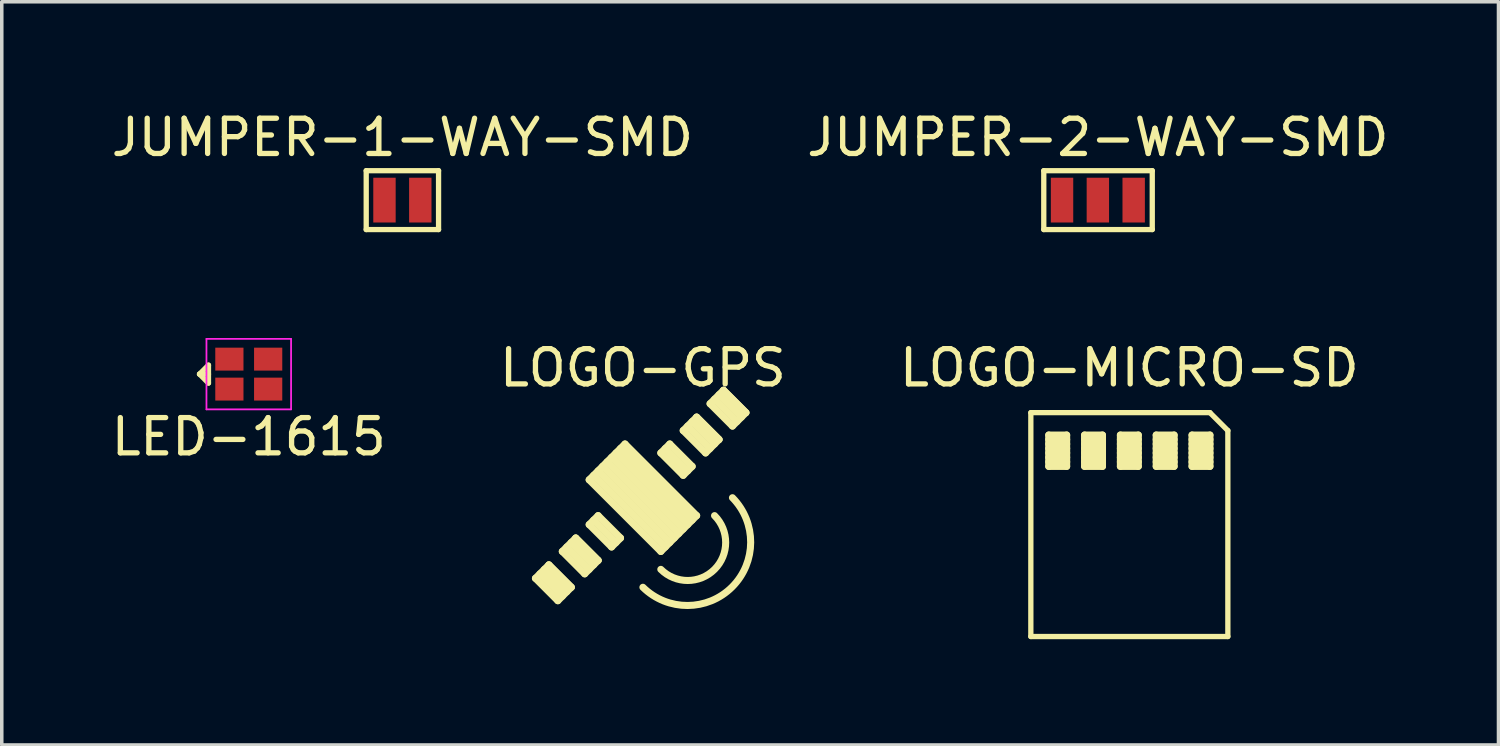
<source format=kicad_pcb>
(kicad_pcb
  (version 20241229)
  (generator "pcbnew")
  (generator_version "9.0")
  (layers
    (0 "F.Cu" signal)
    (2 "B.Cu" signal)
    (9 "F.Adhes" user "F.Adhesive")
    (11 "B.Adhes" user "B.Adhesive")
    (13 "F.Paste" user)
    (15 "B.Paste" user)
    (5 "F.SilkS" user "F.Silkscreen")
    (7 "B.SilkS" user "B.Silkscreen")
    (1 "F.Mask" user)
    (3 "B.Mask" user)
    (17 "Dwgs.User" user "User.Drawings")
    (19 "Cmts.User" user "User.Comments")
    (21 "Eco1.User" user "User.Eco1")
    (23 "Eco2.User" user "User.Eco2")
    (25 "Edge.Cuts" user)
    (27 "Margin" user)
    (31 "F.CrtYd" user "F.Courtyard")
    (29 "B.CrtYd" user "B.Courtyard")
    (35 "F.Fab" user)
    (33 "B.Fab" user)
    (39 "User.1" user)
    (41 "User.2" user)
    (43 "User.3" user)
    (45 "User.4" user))
  (footprint "LOGO-GPS"
    (layer "F.Cu")
    (at 15.185 11.829)
    (property "Reference" "LOGO-GPS" (at 0 -4.445 0) (layer "F.SilkS") (effects (font (size 1 1) (thickness 0.15))))
    (attr through_hole)
    (fp_line (start -2.921 1.397) (end -2.286 2.032) (stroke (width 0.2) (type solid)) (layer "F.SilkS"))
    (fp_line (start -2.794 1.27) (end -2.159 1.905) (stroke (width 0.2) (type solid)) (layer "F.SilkS"))
    (fp_line (start -2.667 1.143) (end -3.048 1.524) (stroke (width 0.2) (type solid)) (layer "F.SilkS"))
    (fp_line (start -2.667 1.143) (end -2.032 1.778) (stroke (width 0.2) (type solid)) (layer "F.SilkS"))
    (fp_line (start -2.413 2.159) (end -3.048 1.524) (stroke (width 0.2) (type solid)) (layer "F.SilkS"))
    (fp_line (start -2.413 2.159) (end -2.032 1.778) (stroke (width 0.2) (type solid)) (layer "F.SilkS"))
    (fp_line (start -2.159 0.635) (end -1.524 1.27) (stroke (width 0.2) (type solid)) (layer "F.SilkS"))
    (fp_line (start -2.032 0.508) (end -1.397 1.143) (stroke (width 0.2) (type solid)) (layer "F.SilkS"))
    (fp_line (start -2.032 1.778) (end -2.667 1.143) (stroke (width 0.2) (type solid)) (layer "F.SilkS"))
    (fp_line (start -1.905 0.381) (end -2.286 0.762) (stroke (width 0.2) (type solid)) (layer "F.SilkS"))
    (fp_line (start -1.905 0.381) (end -1.27 1.016) (stroke (width 0.2) (type solid)) (layer "F.SilkS"))
    (fp_line (start -1.651 1.397) (end -2.286 0.762) (stroke (width 0.2) (type solid)) (layer "F.SilkS"))
    (fp_line (start -1.651 1.397) (end -1.27 1.016) (stroke (width 0.2) (type solid)) (layer "F.SilkS"))
    (fp_line (start -1.524 -1.27) (end 0.508 0.762) (stroke (width 0.2) (type solid)) (layer "F.SilkS"))
    (fp_line (start -1.524 0) (end -1.27 -0.254) (stroke (width 0.2) (type solid)) (layer "F.SilkS"))
    (fp_line (start -1.524 0) (end -0.889 0.635) (stroke (width 0.2) (type solid)) (layer "F.SilkS"))
    (fp_line (start -1.397 -1.397) (end 0.635 0.635) (stroke (width 0.2) (type solid)) (layer "F.SilkS"))
    (fp_line (start -1.397 -0.127) (end -0.762 0.508) (stroke (width 0.2) (type solid)) (layer "F.SilkS"))
    (fp_line (start -1.27 -0.254) (end -0.635 0.381) (stroke (width 0.2) (type solid)) (layer "F.SilkS"))
    (fp_line (start -1.27 1.016) (end -1.905 0.381) (stroke (width 0.2) (type solid)) (layer "F.SilkS"))
    (fp_line (start -1.143 -1.651) (end 0.889 0.381) (stroke (width 0.2) (type solid)) (layer "F.SilkS"))
    (fp_line (start -1.016 -1.778) (end 1.016 0.254) (stroke (width 0.2) (type solid)) (layer "F.SilkS"))
    (fp_line (start -0.889 -1.905) (end 1.143 0.127) (stroke (width 0.2) (type solid)) (layer "F.SilkS"))
    (fp_line (start -0.889 0.635) (end -0.635 0.381) (stroke (width 0.2) (type solid)) (layer "F.SilkS"))
    (fp_line (start -0.762 -2.032) (end 1.27 0) (stroke (width 0.2) (type solid)) (layer "F.SilkS"))
    (fp_line (start -0.635 -2.159) (end 1.397 -0.127) (stroke (width 0.2) (type solid)) (layer "F.SilkS"))
    (fp_line (start -0.508 -2.286) (end -1.524 -1.27) (stroke (width 0.2) (type solid)) (layer "F.SilkS"))
    (fp_line (start 0.508 -2.032) (end 1.143 -1.397) (stroke (width 0.2) (type solid)) (layer "F.SilkS"))
    (fp_line (start 0.508 0.762) (end 1.524 -0.254) (stroke (width 0.2) (type solid)) (layer "F.SilkS"))
    (fp_line (start 0.635 -2.159) (end 1.27 -1.524) (stroke (width 0.2) (type solid)) (layer "F.SilkS"))
    (fp_line (start 0.762 -2.286) (end 0.508 -2.032) (stroke (width 0.2) (type solid)) (layer "F.SilkS"))
    (fp_line (start 0.762 0.508) (end -1.27 -1.524) (stroke (width 0.2) (type solid)) (layer "F.SilkS"))
    (fp_line (start 1.143 -1.397) (end 1.397 -1.651) (stroke (width 0.2) (type solid)) (layer "F.SilkS"))
    (fp_line (start 1.27 -2.794) (end 1.905 -2.159) (stroke (width 0.2) (type solid)) (layer "F.SilkS"))
    (fp_line (start 1.397 -2.921) (end 2.032 -2.286) (stroke (width 0.2) (type solid)) (layer "F.SilkS"))
    (fp_line (start 1.397 -1.651) (end 0.762 -2.286) (stroke (width 0.2) (type solid)) (layer "F.SilkS"))
    (fp_line (start 1.524 -3.048) (end 1.143 -2.667) (stroke (width 0.2) (type solid)) (layer "F.SilkS"))
    (fp_line (start 1.524 -3.048) (end 2.159 -2.413) (stroke (width 0.2) (type solid)) (layer "F.SilkS"))
    (fp_line (start 1.524 -0.254) (end -0.508 -2.286) (stroke (width 0.2) (type solid)) (layer "F.SilkS"))
    (fp_line (start 1.778 -2.032) (end 1.143 -2.667) (stroke (width 0.2) (type solid)) (layer "F.SilkS"))
    (fp_line (start 1.778 -2.032) (end 2.159 -2.413) (stroke (width 0.2) (type solid)) (layer "F.SilkS"))
    (fp_line (start 2.032 -3.556) (end 2.667 -2.921) (stroke (width 0.2) (type solid)) (layer "F.SilkS"))
    (fp_line (start 2.159 -3.683) (end 2.794 -3.048) (stroke (width 0.2) (type solid)) (layer "F.SilkS"))
    (fp_line (start 2.159 -2.413) (end 1.524 -3.048) (stroke (width 0.2) (type solid)) (layer "F.SilkS"))
    (fp_line (start 2.286 -3.81) (end 1.905 -3.429) (stroke (width 0.2) (type solid)) (layer "F.SilkS"))
    (fp_line (start 2.286 -3.81) (end 2.921 -3.175) (stroke (width 0.2) (type solid)) (layer "F.SilkS"))
    (fp_line (start 2.54 -2.794) (end 1.905 -3.429) (stroke (width 0.2) (type solid)) (layer "F.SilkS"))
    (fp_line (start 2.54 -2.794) (end 2.921 -3.175) (stroke (width 0.2) (type solid)) (layer "F.SilkS"))
    (fp_line (start 2.921 -3.175) (end 2.286 -3.81) (stroke (width 0.2) (type solid)) (layer "F.SilkS"))
    (fp_arc (start 2.032 -0.254) (mid 2.032 1.27) (end 0.508 1.27) (stroke (width 0.2) (type solid)) (layer "F.SilkS"))
    (fp_arc (start 2.54 -0.762) (mid 2.54 1.778) (end 0 1.778) (stroke (width 0.2) (type solid)) (layer "F.SilkS")))
  (footprint "LOGO-MICRO-SD"
    (layer "F.Cu")
    (at 28.982 11.829)
    (property "Reference" "LOGO-MICRO-SD" (at 0 -4.445 0) (layer "F.SilkS") (effects (font (size 1 1) (thickness 0.15))))
    (attr through_hole)
    (fp_line (start -2.794 -3.175) (end -2.794 3.175) (stroke (width 0.15) (type solid)) (layer "F.SilkS"))
    (fp_line (start -2.794 3.175) (end 2.794 3.175) (stroke (width 0.15) (type solid)) (layer "F.SilkS"))
    (fp_line (start -2.286 -2.54) (end -2.286 -1.651) (stroke (width 0.2) (type solid)) (layer "F.SilkS"))
    (fp_line (start -2.286 -2.413) (end -1.778 -2.413) (stroke (width 0.2) (type solid)) (layer "F.SilkS"))
    (fp_line (start -2.286 -2.286) (end -1.778 -2.286) (stroke (width 0.2) (type solid)) (layer "F.SilkS"))
    (fp_line (start -2.286 -2.159) (end -1.778 -2.159) (stroke (width 0.2) (type solid)) (layer "F.SilkS"))
    (fp_line (start -2.286 -2.032) (end -1.778 -2.032) (stroke (width 0.2) (type solid)) (layer "F.SilkS"))
    (fp_line (start -2.286 -1.905) (end -1.778 -1.905) (stroke (width 0.2) (type solid)) (layer "F.SilkS"))
    (fp_line (start -2.286 -1.778) (end -1.778 -1.778) (stroke (width 0.2) (type solid)) (layer "F.SilkS"))
    (fp_line (start -2.286 -1.651) (end -1.778 -1.651) (stroke (width 0.2) (type solid)) (layer "F.SilkS"))
    (fp_line (start -1.778 -2.54) (end -2.286 -2.54) (stroke (width 0.2) (type solid)) (layer "F.SilkS"))
    (fp_line (start -1.778 -2.54) (end -1.778 -1.651) (stroke (width 0.2) (type solid)) (layer "F.SilkS"))
    (fp_line (start -1.27 -2.54) (end -1.27 -1.651) (stroke (width 0.2) (type solid)) (layer "F.SilkS"))
    (fp_line (start -1.27 -2.413) (end -0.762 -2.413) (stroke (width 0.2) (type solid)) (layer "F.SilkS"))
    (fp_line (start -1.27 -2.286) (end -0.762 -2.286) (stroke (width 0.2) (type solid)) (layer "F.SilkS"))
    (fp_line (start -1.27 -2.159) (end -0.762 -2.159) (stroke (width 0.2) (type solid)) (layer "F.SilkS"))
    (fp_line (start -1.27 -2.032) (end -0.762 -2.032) (stroke (width 0.2) (type solid)) (layer "F.SilkS"))
    (fp_line (start -1.27 -1.905) (end -0.762 -1.905) (stroke (width 0.2) (type solid)) (layer "F.SilkS"))
    (fp_line (start -1.27 -1.778) (end -0.762 -1.778) (stroke (width 0.2) (type solid)) (layer "F.SilkS"))
    (fp_line (start -1.27 -1.651) (end -0.762 -1.651) (stroke (width 0.2) (type solid)) (layer "F.SilkS"))
    (fp_line (start -0.762 -2.54) (end -1.27 -2.54) (stroke (width 0.2) (type solid)) (layer "F.SilkS"))
    (fp_line (start -0.762 -2.54) (end -0.762 -1.651) (stroke (width 0.2) (type solid)) (layer "F.SilkS"))
    (fp_line (start -0.254 -2.54) (end -0.254 -1.651) (stroke (width 0.2) (type solid)) (layer "F.SilkS"))
    (fp_line (start -0.254 -2.413) (end 0.254 -2.413) (stroke (width 0.2) (type solid)) (layer "F.SilkS"))
    (fp_line (start -0.254 -2.286) (end 0.254 -2.286) (stroke (width 0.2) (type solid)) (layer "F.SilkS"))
    (fp_line (start -0.254 -2.159) (end 0.254 -2.159) (stroke (width 0.2) (type solid)) (layer "F.SilkS"))
    (fp_line (start -0.254 -2.032) (end 0.254 -2.032) (stroke (width 0.2) (type solid)) (layer "F.SilkS"))
    (fp_line (start -0.254 -1.905) (end 0.254 -1.905) (stroke (width 0.2) (type solid)) (layer "F.SilkS"))
    (fp_line (start -0.254 -1.778) (end 0.254 -1.778) (stroke (width 0.2) (type solid)) (layer "F.SilkS"))
    (fp_line (start -0.254 -1.651) (end 0.254 -1.651) (stroke (width 0.2) (type solid)) (layer "F.SilkS"))
    (fp_line (start 0.254 -2.54) (end -0.254 -2.54) (stroke (width 0.2) (type solid)) (layer "F.SilkS"))
    (fp_line (start 0.254 -2.54) (end 0.254 -1.651) (stroke (width 0.2) (type solid)) (layer "F.SilkS"))
    (fp_line (start 0.762 -2.54) (end 0.762 -1.651) (stroke (width 0.2) (type solid)) (layer "F.SilkS"))
    (fp_line (start 0.762 -2.413) (end 1.27 -2.413) (stroke (width 0.2) (type solid)) (layer "F.SilkS"))
    (fp_line (start 0.762 -2.286) (end 1.27 -2.286) (stroke (width 0.2) (type solid)) (layer "F.SilkS"))
    (fp_line (start 0.762 -2.159) (end 1.27 -2.159) (stroke (width 0.2) (type solid)) (layer "F.SilkS"))
    (fp_line (start 0.762 -2.032) (end 1.27 -2.032) (stroke (width 0.2) (type solid)) (layer "F.SilkS"))
    (fp_line (start 0.762 -1.905) (end 1.27 -1.905) (stroke (width 0.2) (type solid)) (layer "F.SilkS"))
    (fp_line (start 0.762 -1.778) (end 1.27 -1.778) (stroke (width 0.2) (type solid)) (layer "F.SilkS"))
    (fp_line (start 0.762 -1.651) (end 1.27 -1.651) (stroke (width 0.2) (type solid)) (layer "F.SilkS"))
    (fp_line (start 1.27 -2.54) (end 0.762 -2.54) (stroke (width 0.2) (type solid)) (layer "F.SilkS"))
    (fp_line (start 1.27 -2.54) (end 1.27 -1.651) (stroke (width 0.2) (type solid)) (layer "F.SilkS"))
    (fp_line (start 1.778 -2.54) (end 1.778 -1.651) (stroke (width 0.2) (type solid)) (layer "F.SilkS"))
    (fp_line (start 1.778 -2.413) (end 2.286 -2.413) (stroke (width 0.2) (type solid)) (layer "F.SilkS"))
    (fp_line (start 1.778 -2.286) (end 2.286 -2.286) (stroke (width 0.2) (type solid)) (layer "F.SilkS"))
    (fp_line (start 1.778 -2.159) (end 2.286 -2.159) (stroke (width 0.2) (type solid)) (layer "F.SilkS"))
    (fp_line (start 1.778 -2.032) (end 2.286 -2.032) (stroke (width 0.2) (type solid)) (layer "F.SilkS"))
    (fp_line (start 1.778 -1.905) (end 2.286 -1.905) (stroke (width 0.2) (type solid)) (layer "F.SilkS"))
    (fp_line (start 1.778 -1.778) (end 2.286 -1.778) (stroke (width 0.2) (type solid)) (layer "F.SilkS"))
    (fp_line (start 1.778 -1.651) (end 2.286 -1.651) (stroke (width 0.2) (type solid)) (layer "F.SilkS"))
    (fp_line (start 2.286 -3.175) (end -2.794 -3.175) (stroke (width 0.15) (type solid)) (layer "F.SilkS"))
    (fp_line (start 2.286 -2.54) (end 1.778 -2.54) (stroke (width 0.2) (type solid)) (layer "F.SilkS"))
    (fp_line (start 2.286 -2.54) (end 2.286 -1.651) (stroke (width 0.2) (type solid)) (layer "F.SilkS"))
    (fp_line (start 2.794 -2.667) (end 2.286 -3.175) (stroke (width 0.15) (type solid)) (layer "F.SilkS"))
    (fp_line (start 2.794 3.175) (end 2.794 -2.667) (stroke (width 0.15) (type solid)) (layer "F.SilkS")))
  (footprint "JUMPER-2-WAY-SMD"
    (layer "F.Cu")
    (at 28.089 2.626)
    (property "Reference" "JUMPER-2-WAY-SMD" (at 0 -1.778 0) (layer "F.SilkS") (effects (font (size 1 1) (thickness 0.15))))
    (attr through_hole)
    (fp_line (start -1.534 -0.835) (end -1.534 0.835) (stroke (width 0.15) (type solid)) (layer "F.SilkS"))
    (fp_line (start -1.534 0.835) (end 1.543 0.835) (stroke (width 0.15) (type solid)) (layer "F.SilkS"))
    (fp_line (start 1.543 -0.835) (end -1.534 -0.835) (stroke (width 0.15) (type solid)) (layer "F.SilkS"))
    (fp_line (start 1.543 0.835) (end 1.543 -0.835) (stroke (width 0.15) (type solid)) (layer "F.SilkS"))
    (pad "1" smd rect (at -1.016 0) (size 0.635 1.27) (layers "F.Cu" "F.Mask" "F.Paste"))
    (pad "2" smd rect (at 0 0) (size 0.635 1.27) (layers "F.Cu" "F.Mask" "F.Paste"))
    (pad "3" smd rect (at 1.016 0) (size 0.635 1.27) (layers "F.Cu" "F.Mask" "F.Paste")))
  (footprint "JUMPER-1-WAY-SMD"
    (layer "F.Cu")
    (at 8.363 2.626)
    (property "Reference" "JUMPER-1-WAY-SMD" (at 0 -1.778 0) (layer "F.SilkS") (effects (font (size 1 1) (thickness 0.15))))
    (attr through_hole)
    (fp_line (start -1.026 -0.835) (end -1.026 0.835) (stroke (width 0.15) (type solid)) (layer "F.SilkS"))
    (fp_line (start -1.026 0.835) (end 1.026 0.835) (stroke (width 0.15) (type solid)) (layer "F.SilkS"))
    (fp_line (start 1.026 -0.835) (end -1.026 -0.835) (stroke (width 0.15) (type solid)) (layer "F.SilkS"))
    (fp_line (start 1.026 0.835) (end 1.026 -0.835) (stroke (width 0.15) (type solid)) (layer "F.SilkS"))
    (pad "1" smd rect (at -0.508 0) (size 0.635 1.27) (layers "F.Cu" "F.Mask" "F.Paste"))
    (pad "2" smd rect (at 0.508 0) (size 0.635 1.27) (layers "F.Cu" "F.Mask" "F.Paste")))
  (footprint "LED-1615"
    (layer "F.Cu")
    (at 4.006 7.561)
    (property "Reference" "LED-1615" (at 0 1.778 0) (layer "F.SilkS") (effects (font (size 1 1) (thickness 0.15))))
    (attr through_hole)
    (fp_line (start -1.397 0) (end -1.143 -0.254) (stroke (width 0.15) (type solid)) (layer "F.SilkS"))
    (fp_line (start -1.397 0) (end -1.143 0) (stroke (width 0.15) (type solid)) (layer "F.SilkS"))
    (fp_line (start -1.143 -0.254) (end -1.143 0.254) (stroke (width 0.15) (type solid)) (layer "F.SilkS"))
    (fp_line (start -1.143 0.254) (end -1.397 0) (stroke (width 0.15) (type solid)) (layer "F.SilkS"))
    (fp_line (start -1.2 -1) (end 1.2 -1) (stroke (width 0.05) (type solid)) (layer "F.CrtYd"))
    (fp_line (start -1.2 1) (end -1.2 -1) (stroke (width 0.05) (type solid)) (layer "F.CrtYd"))
    (fp_line (start 1.2 -1) (end 1.2 1) (stroke (width 0.05) (type solid)) (layer "F.CrtYd"))
    (fp_line (start 1.2 1) (end -1.2 1) (stroke (width 0.05) (type solid)) (layer "F.CrtYd"))
    (pad "1" smd rect (at -0.55 -0.425) (size 0.8 0.65) (layers "F.Cu" "F.Mask" "F.Paste"))
    (pad "2" smd rect (at -0.55 0.425) (size 0.8 0.65) (layers "F.Cu" "F.Mask" "F.Paste"))
    (pad "3" smd rect (at 0.55 0.425) (size 0.8 0.65) (layers "F.Cu" "F.Mask" "F.Paste"))
    (pad "4" smd rect (at 0.55 -0.425) (size 0.8 0.65) (layers "F.Cu" "F.Mask" "F.Paste")))
  (gr_rect
    (start -3 -3)
    (end 39.452 18.079)
    (stroke (width 0.1) (type default))
    (fill no)
    (layer "Edge.Cuts")))
</source>
